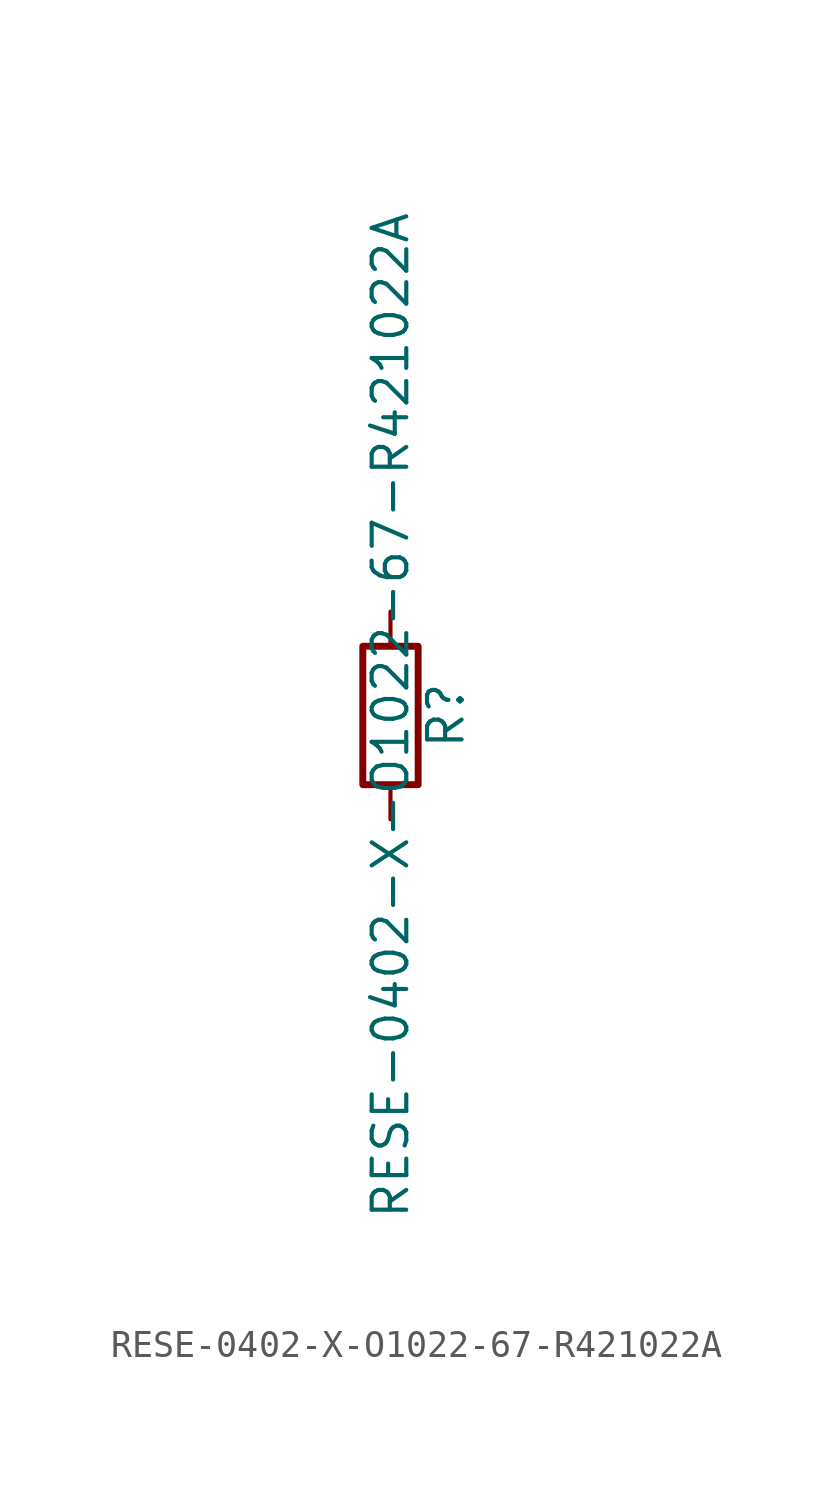
<source format=kicad_sym>
(kicad_symbol_lib
  (version 20211014)
  (generator kicad_symbol_editor)
  (symbol "RESE-0402-X-O1022-67-R421022A"
    (pin_numbers hide)
    (pin_names
      (offset 0))
    (property "Reference" "R"
      (at 2.032 0 90)
      (effects (font (size 1.27 1.27))))
    (property "Value" "RESE-0402-X-O1022-67-R421022A"
      (at 0 0 90)
      (effects (font (size 1.27 1.27))))
    (symbol "RESE-0402-X-O1022-67-R421022A_0_1"
      (rectangle (start -1.016 -2.54) (end 1.016 2.54) (stroke (width 0.254) (type default) (color 0 0 0 0)) (fill (type none))))
    (symbol "RESE-0402-X-O1022-67-R421022A_1_1"
      (pin passive line (at 0 3.81 270) (length 1.27) (name "~" (effects (font (size 1.27 1.27)))) (number "1" (effects (font (size 1.27 1.27)))))
      (pin passive line (at 0 -3.81 90) (length 1.27) (name "~" (effects (font (size 1.27 1.27)))) (number "2" (effects (font (size 1.27 1.27))))))))
</source>
